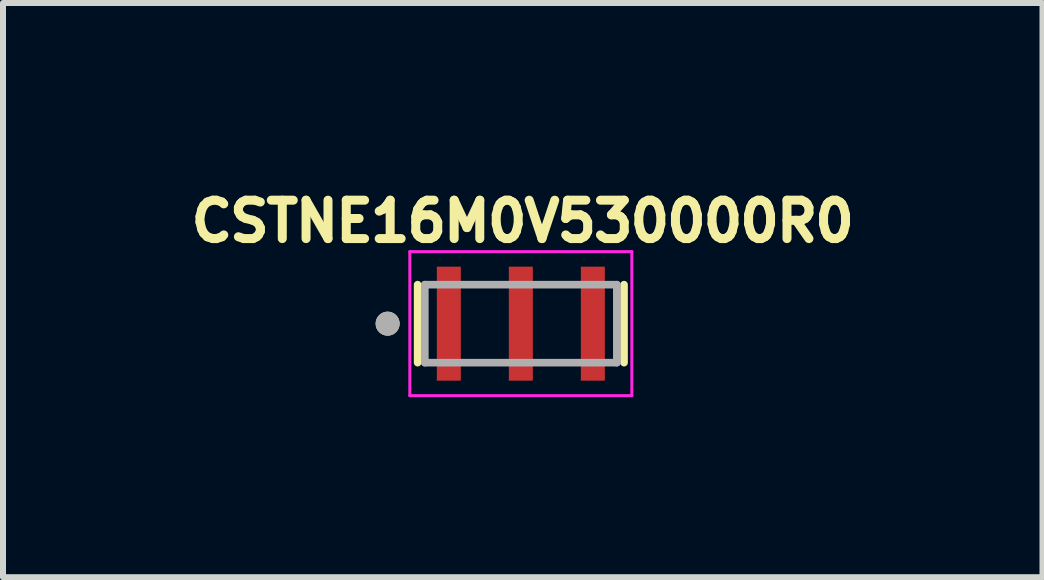
<source format=kicad_pcb>
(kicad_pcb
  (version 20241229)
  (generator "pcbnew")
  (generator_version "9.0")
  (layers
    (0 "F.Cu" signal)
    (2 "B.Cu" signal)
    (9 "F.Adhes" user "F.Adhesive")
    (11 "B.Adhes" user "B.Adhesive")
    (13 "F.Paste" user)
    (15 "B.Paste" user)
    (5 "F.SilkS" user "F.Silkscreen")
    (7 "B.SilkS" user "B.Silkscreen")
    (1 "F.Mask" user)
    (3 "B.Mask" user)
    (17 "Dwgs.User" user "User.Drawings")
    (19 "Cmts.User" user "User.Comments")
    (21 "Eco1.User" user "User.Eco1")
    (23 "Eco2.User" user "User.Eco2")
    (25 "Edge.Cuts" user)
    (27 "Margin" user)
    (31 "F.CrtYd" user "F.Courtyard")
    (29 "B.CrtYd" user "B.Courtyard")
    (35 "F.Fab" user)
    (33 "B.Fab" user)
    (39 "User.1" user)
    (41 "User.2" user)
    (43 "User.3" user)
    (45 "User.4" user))
  (footprint "CSTNE16M0V530000R0"
    (layer "F.Cu")
    (at 5.63 2.344)
    (property "Reference" "CSTNE16M0V530000R0" (at 0.032 -1.706 0) (layer "F.SilkS") (effects (font (size 0.64 0.64) (thickness 0.15))))
    (attr through_hole)
    (fp_line (start -1.72 -0.65) (end -1.72 0.65) (stroke (width 0.127) (type solid)) (layer "F.SilkS"))
    (fp_line (start 1.72 -0.65) (end 1.72 0.65) (stroke (width 0.127) (type solid)) (layer "F.SilkS"))
    (fp_circle (center -2.22 0) (end -2.12 0) (stroke (width 0.2) (type solid)) (fill no) (layer "F.SilkS"))
    (fp_line (start -1.85 -1.2) (end 1.85 -1.2) (stroke (width 0.05) (type solid)) (layer "F.CrtYd"))
    (fp_line (start -1.85 1.2) (end -1.85 -1.2) (stroke (width 0.05) (type solid)) (layer "F.CrtYd"))
    (fp_line (start 1.85 -1.2) (end 1.85 1.2) (stroke (width 0.05) (type solid)) (layer "F.CrtYd"))
    (fp_line (start 1.85 1.2) (end -1.85 1.2) (stroke (width 0.05) (type solid)) (layer "F.CrtYd"))
    (fp_line (start -1.6 -0.65) (end -1.6 0.65) (stroke (width 0.127) (type solid)) (layer "F.Fab"))
    (fp_line (start -1.6 -0.65) (end 1.6 -0.65) (stroke (width 0.127) (type solid)) (layer "F.Fab"))
    (fp_line (start 1.6 -0.65) (end 1.6 0.65) (stroke (width 0.127) (type solid)) (layer "F.Fab"))
    (fp_line (start 1.6 0.65) (end -1.6 0.65) (stroke (width 0.127) (type solid)) (layer "F.Fab"))
    (fp_circle (center -2.22 0) (end -2.12 0) (stroke (width 0.2) (type solid)) (fill no) (layer "F.Fab"))
    (pad "1" smd rect (at -1.2 0) (size 0.4 1.9) (layers "F.Cu" "F.Mask" "F.Paste"))
    (pad "2" smd rect (at 0 0) (size 0.4 1.9) (layers "F.Cu" "F.Mask" "F.Paste"))
    (pad "3" smd rect (at 1.2 0) (size 0.4 1.9) (layers "F.Cu" "F.Mask" "F.Paste")))
  (gr_rect
    (start -3 -3)
    (end 14.324 6.569)
    (stroke (width 0.1) (type default))
    (fill no)
    (layer "Edge.Cuts")))
</source>
